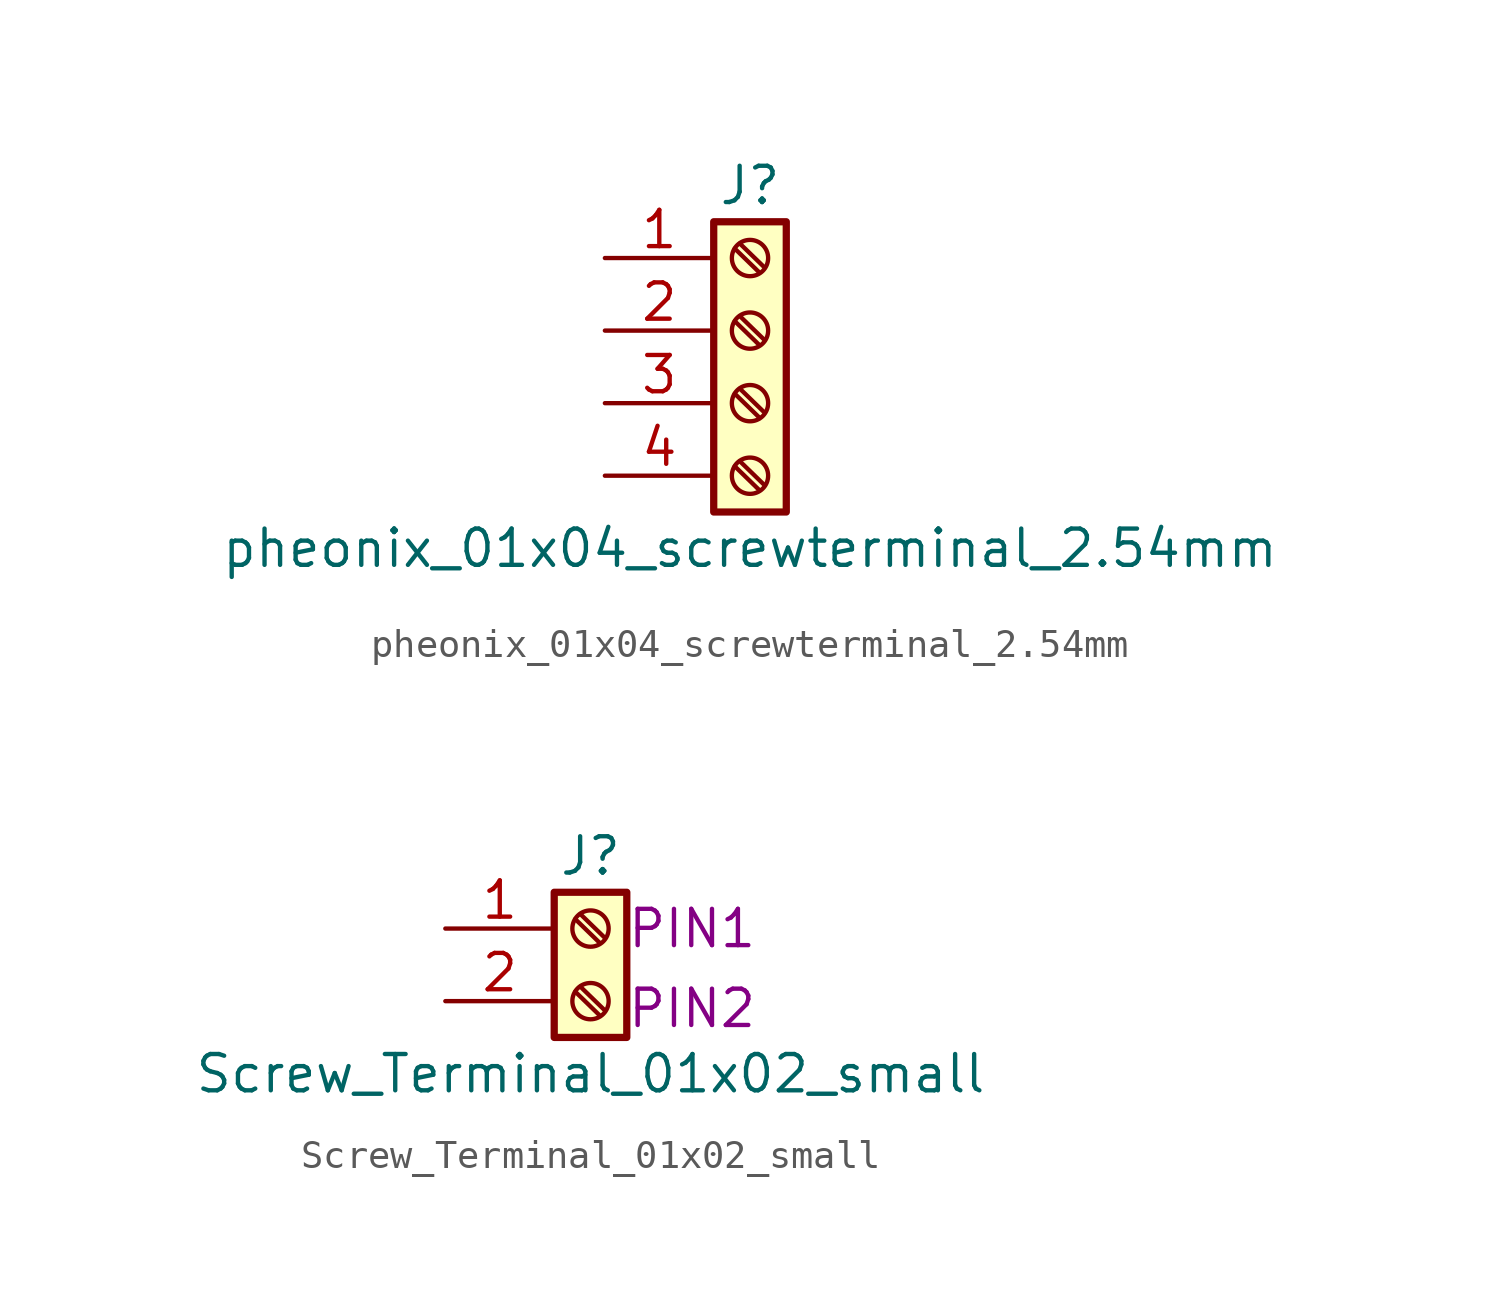
<source format=kicad_sym>
(kicad_symbol_lib
  (version 20220914)
  (generator kicad_symbol_editor)
  (symbol "pheonix_01x04_screwterminal_2.54mm"
    (pin_names
      (offset 1.016) hide)
    (property "Reference" "J"
      (at 0 5.08 0)
      (effects (font (size 1.27 1.27))))
    (property "Value" "pheonix_01x04_screwterminal_2.54mm"
      (at 0 -7.62 0)
      (effects (font (size 1.27 1.27))))
    (symbol "pheonix_01x04_screwterminal_2.54mm_1_1"
      (rectangle (start -1.27 3.81) (end 1.27 -6.35) (stroke (width 0.254) (type default)) (fill (type background)))
      (circle (center 0 -5.08) (radius 0.635) (stroke (width 0.152) (type default)) (fill (type none)))
      (circle (center 0 -2.54) (radius 0.635) (stroke (width 0.152) (type default)) (fill (type none)))
      (polyline (pts (xy -0.533 -4.75) (xy 0.33 -5.588)) (stroke (width 0.152) (type default)) (fill (type none)))
      (polyline (pts (xy -0.533 -2.21) (xy 0.33 -3.048)) (stroke (width 0.152) (type default)) (fill (type none)))
      (polyline (pts (xy -0.533 0.33) (xy 0.33 -0.508)) (stroke (width 0.152) (type default)) (fill (type none)))
      (polyline (pts (xy -0.533 2.87) (xy 0.33 2.032)) (stroke (width 0.152) (type default)) (fill (type none)))
      (polyline (pts (xy -0.356 -4.572) (xy 0.508 -5.41)) (stroke (width 0.152) (type default)) (fill (type none)))
      (polyline (pts (xy -0.356 -2.032) (xy 0.508 -2.87)) (stroke (width 0.152) (type default)) (fill (type none)))
      (polyline (pts (xy -0.356 0.508) (xy 0.508 -0.33)) (stroke (width 0.152) (type default)) (fill (type none)))
      (polyline (pts (xy -0.356 3.048) (xy 0.508 2.21)) (stroke (width 0.152) (type default)) (fill (type none)))
      (circle (center 0 0) (radius 0.635) (stroke (width 0.152) (type default)) (fill (type none)))
      (circle (center 0 2.54) (radius 0.635) (stroke (width 0.152) (type default)) (fill (type none)))
      (pin passive line (at -5.08 2.54 0) (length 3.81) (name "Pin_1" (effects (font (size 1.27 1.27)))) (number "1" (effects (font (size 1.27 1.27)))))
      (pin passive line (at -5.08 0 0) (length 3.81) (name "Pin_2" (effects (font (size 1.27 1.27)))) (number "2" (effects (font (size 1.27 1.27)))))
      (pin passive line (at -5.08 -2.54 0) (length 3.81) (name "Pin_3" (effects (font (size 1.27 1.27)))) (number "3" (effects (font (size 1.27 1.27)))))
      (pin passive line (at -5.08 -5.08 0) (length 3.81) (name "Pin_4" (effects (font (size 1.27 1.27)))) (number "4" (effects (font (size 1.27 1.27)))))))
  (symbol "Screw_Terminal_01x02_small"
    (pin_names
      (offset 1.016) hide)
    (property "Reference" "J"
      (at 0 2.54 0)
      (effects (font (size 1.27 1.27))))
    (property "Value" "Screw_Terminal_01x02_small"
      (at 0 -5.08 0)
      (effects (font (size 1.27 1.27))))
    (property "PIN1" "PIN1"
      (at 3.556 0 0)
      (effects (font (size 1.27 1.27))))
    (property "PIN2" "PIN2"
      (at 3.556 -2.794 0)
      (effects (font (size 1.27 1.27))))
    (symbol "Screw_Terminal_01x02_small_1_1"
      (rectangle (start -1.27 1.27) (end 1.27 -3.81) (stroke (width 0.254) (type default)) (fill (type background)))
      (circle (center 0 -2.54) (radius 0.635) (stroke (width 0.152) (type default)) (fill (type none)))
      (polyline (pts (xy -0.533 -2.21) (xy 0.33 -3.048)) (stroke (width 0.152) (type default)) (fill (type none)))
      (polyline (pts (xy -0.533 0.33) (xy 0.33 -0.508)) (stroke (width 0.152) (type default)) (fill (type none)))
      (polyline (pts (xy -0.356 -2.032) (xy 0.508 -2.87)) (stroke (width 0.152) (type default)) (fill (type none)))
      (polyline (pts (xy -0.356 0.508) (xy 0.508 -0.33)) (stroke (width 0.152) (type default)) (fill (type none)))
      (circle (center 0 0) (radius 0.635) (stroke (width 0.152) (type default)) (fill (type none)))
      (pin passive line (at -5.08 0 0) (length 3.81) (name "Pin_1" (effects (font (size 1.27 1.27)))) (number "1" (effects (font (size 1.27 1.27)))))
      (pin passive line (at -5.08 -2.54 0) (length 3.81) (name "Pin_2" (effects (font (size 1.27 1.27)))) (number "2" (effects (font (size 1.27 1.27))))))))
</source>
